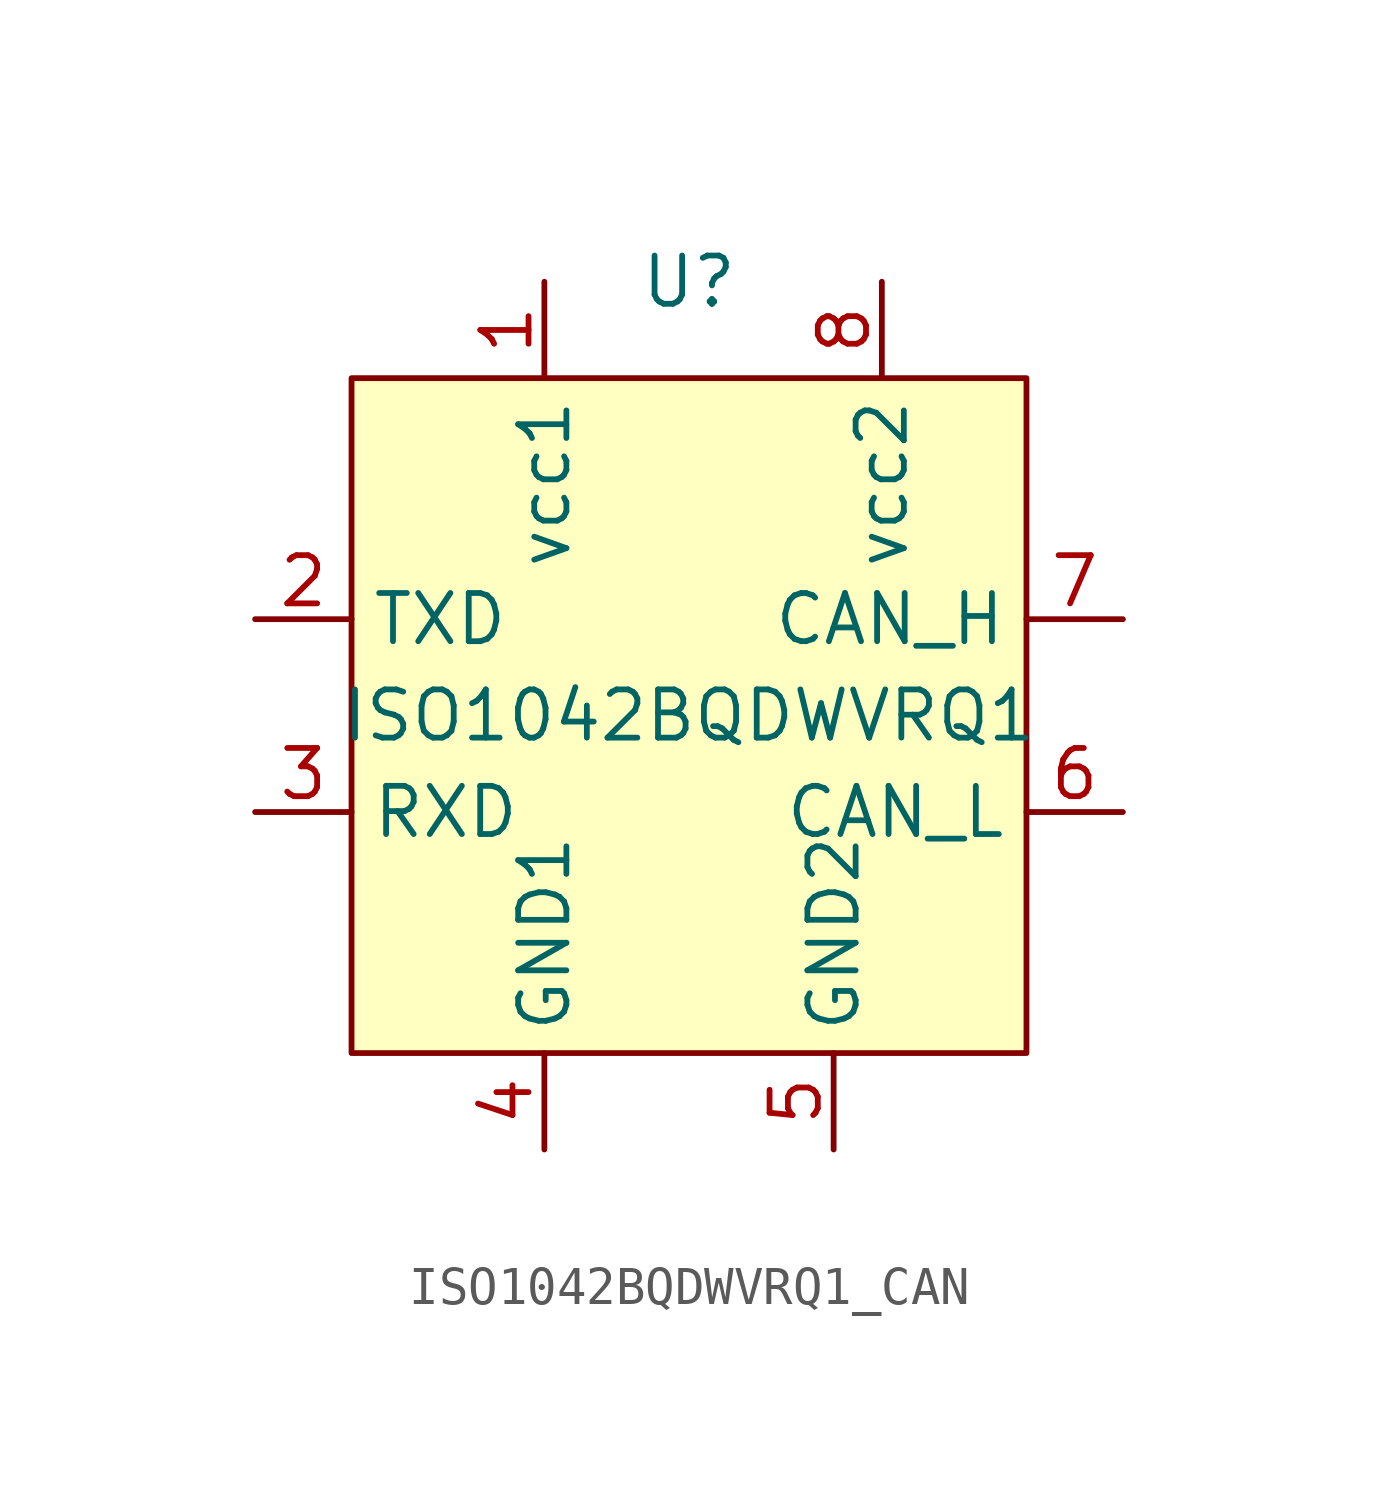
<source format=kicad_sym>
(kicad_symbol_lib
  (version 20220914)
  (generator kicad_symbol_editor)
  (symbol "ISO1042BQDWVRQ1_CAN"
    (property "Reference" "U"
      (at 0 11.43 0)
      (effects (font (size 1.27 1.27))))
    (property "Value" "ISO1042BQDWVRQ1"
      (at 0 0 0)
      (effects (font (size 1.27 1.27))))
    (symbol "ISO1042BQDWVRQ1_CAN_0_0"
      (text "" (at -7.62 2.54 0) (effects (font (size 1.27 1.27)))))
    (symbol "ISO1042BQDWVRQ1_CAN_1_1"
      (rectangle (start -8.89 8.89) (end 8.89 -8.89) (stroke (width 0) (type default)) (fill (type background)))
      (pin power_in line (at -3.81 11.43 270) (length 2.54) (name "vcc1" (effects (font (size 1.27 1.27)))) (number "1" (effects (font (size 1.27 1.27)))))
      (pin passive line (at -11.43 2.54 0) (length 2.54) (name "TXD" (effects (font (size 1.27 1.27)))) (number "2" (effects (font (size 1.27 1.27)))))
      (pin passive line (at -11.43 -2.54 0) (length 2.54) (name "RXD" (effects (font (size 1.27 1.27)))) (number "3" (effects (font (size 1.27 1.27)))))
      (pin passive line (at -3.81 -11.43 90) (length 2.54) (name "GND1" (effects (font (size 1.27 1.27)))) (number "4" (effects (font (size 1.27 1.27)))))
      (pin passive line (at 3.81 -11.43 90) (length 2.54) (name "GND2" (effects (font (size 1.27 1.27)))) (number "5" (effects (font (size 1.27 1.27)))))
      (pin passive line (at 11.43 -2.54 180) (length 2.54) (name "CAN_L" (effects (font (size 1.27 1.27)))) (number "6" (effects (font (size 1.27 1.27)))))
      (pin passive line (at 11.43 2.54 180) (length 2.54) (name "CAN_H" (effects (font (size 1.27 1.27)))) (number "7" (effects (font (size 1.27 1.27)))))
      (pin power_in line (at 5.08 11.43 270) (length 2.54) (name "vcc2" (effects (font (size 1.27 1.27)))) (number "8" (effects (font (size 1.27 1.27))))))))
</source>
